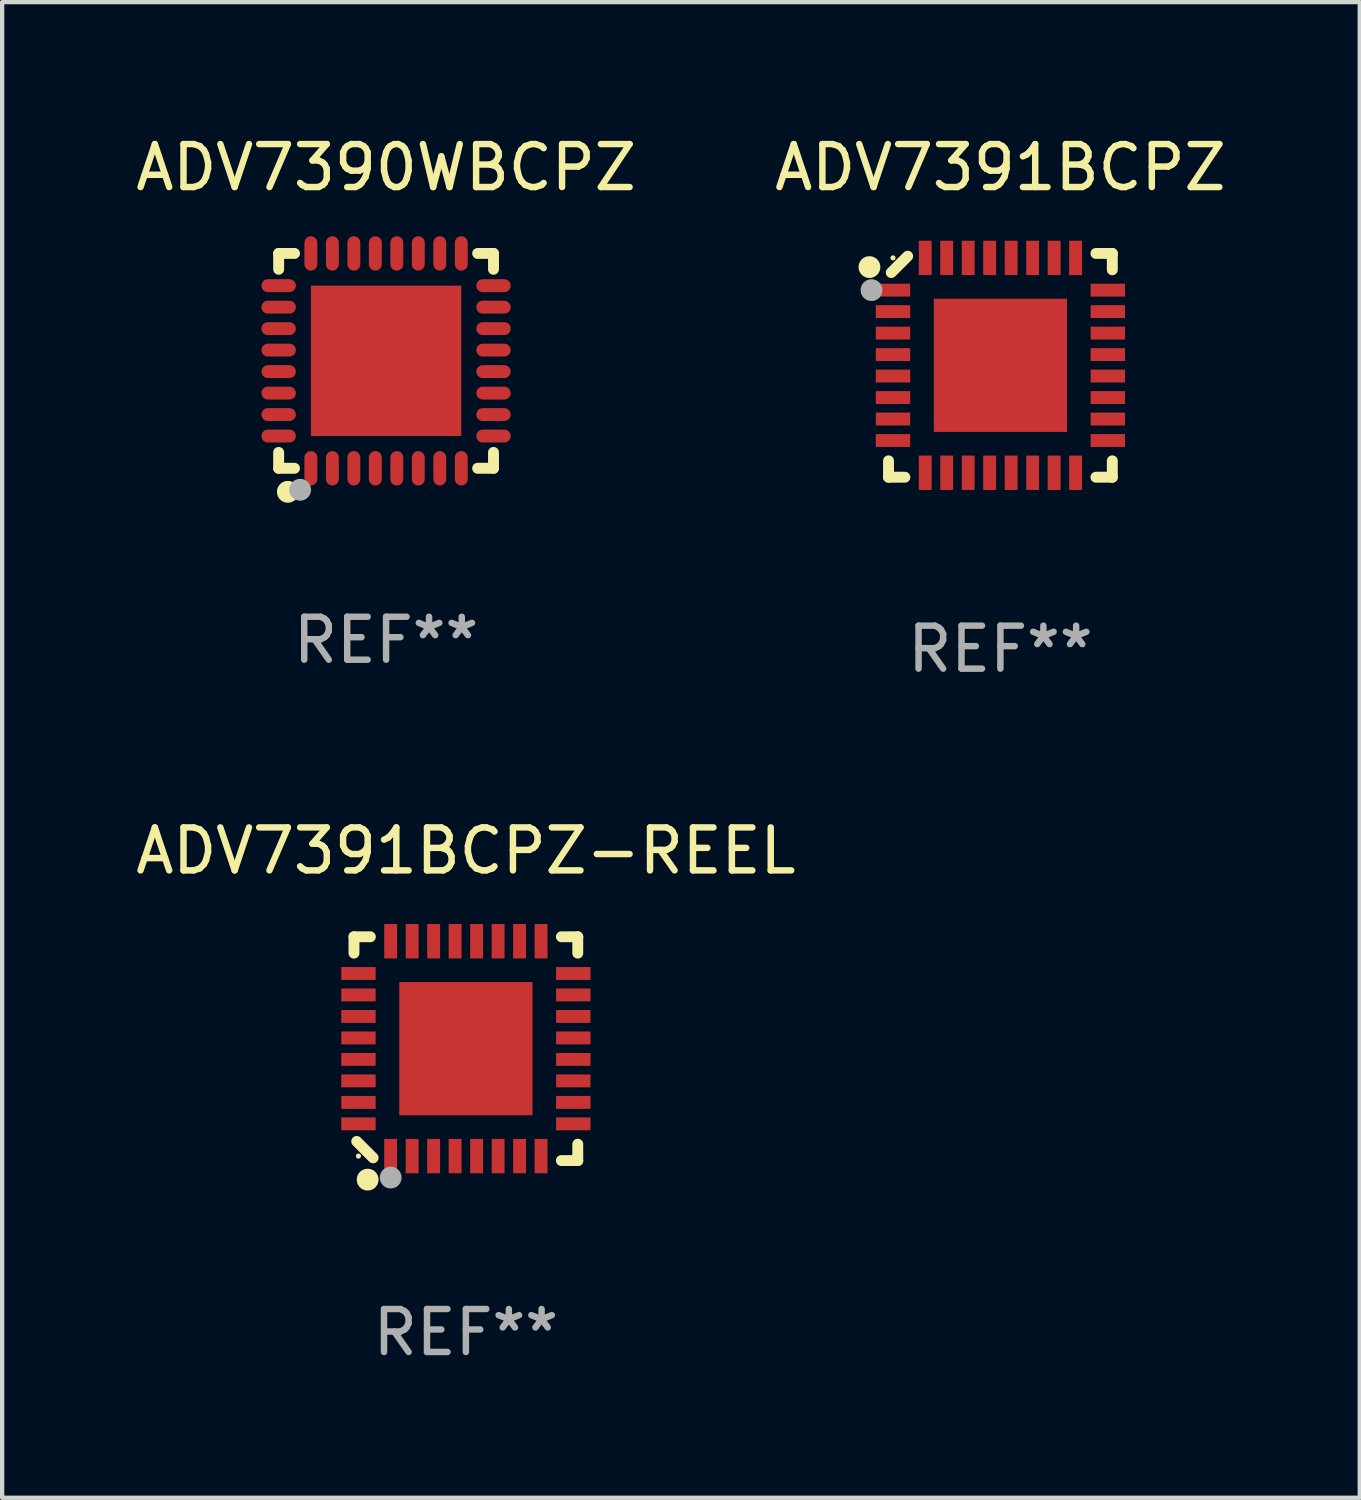
<source format=kicad_pcb>
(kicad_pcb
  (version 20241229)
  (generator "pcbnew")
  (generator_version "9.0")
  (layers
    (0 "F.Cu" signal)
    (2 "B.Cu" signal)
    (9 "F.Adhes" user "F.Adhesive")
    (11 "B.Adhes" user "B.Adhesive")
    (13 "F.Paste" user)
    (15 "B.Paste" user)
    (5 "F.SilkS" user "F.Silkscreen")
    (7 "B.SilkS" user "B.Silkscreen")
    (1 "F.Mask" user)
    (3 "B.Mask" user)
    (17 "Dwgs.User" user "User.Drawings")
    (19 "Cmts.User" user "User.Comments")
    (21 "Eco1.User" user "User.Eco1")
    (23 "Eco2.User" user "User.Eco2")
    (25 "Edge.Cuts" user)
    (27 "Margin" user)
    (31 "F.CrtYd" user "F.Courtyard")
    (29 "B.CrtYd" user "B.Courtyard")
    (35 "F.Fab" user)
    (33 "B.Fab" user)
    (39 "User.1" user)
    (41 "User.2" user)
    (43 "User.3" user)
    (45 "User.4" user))
  (footprint "ADV7391BCPZ-REEL"
    (layer "F.Cu")
    (at 7.792 21.355)
    (property "Reference" "ADV7391BCPZ-REEL" (at 0 -4.604 0) (layer "F.SilkS") (effects (font (size 1 1) (thickness 0.15))))
    (attr through_hole)
    (fp_line (start -2.604 -2.604) (end -2.604 -2.223) (stroke (width 0.254) (type solid)) (layer "F.SilkS"))
    (fp_line (start -2.54 2.159) (end -2.159 2.54) (stroke (width 0.254) (type solid)) (layer "F.SilkS"))
    (fp_line (start -2.223 -2.604) (end -2.604 -2.604) (stroke (width 0.254) (type solid)) (layer "F.SilkS"))
    (fp_line (start 2.223 2.604) (end 2.604 2.604) (stroke (width 0.254) (type solid)) (layer "F.SilkS"))
    (fp_line (start 2.604 -2.604) (end 2.223 -2.604) (stroke (width 0.254) (type solid)) (layer "F.SilkS"))
    (fp_line (start 2.604 -2.223) (end 2.604 -2.604) (stroke (width 0.254) (type solid)) (layer "F.SilkS"))
    (fp_line (start 2.604 2.604) (end 2.604 2.223) (stroke (width 0.254) (type solid)) (layer "F.SilkS"))
    (fp_circle (center -2.5 2.5) (end -2.47 2.5) (stroke (width 0.06) (type solid)) (fill no) (layer "F.SilkS"))
    (fp_circle (center -2.286 3.048) (end -2.159 3.048) (stroke (width 0.254) (type solid)) (fill no) (layer "F.SilkS"))
    (fp_circle (center -1.75 3) (end -1.623 3) (stroke (width 0.254) (type solid)) (fill no) (layer "F.Fab"))
    (fp_text user "REF**" (at 0 6.604 0) (layer "F.Fab") (effects (font (size 1 1) (thickness 0.15))))
    (pad "1" smd rect (at -1.75 2.5) (size 0.3 0.8) (layers "F.Cu" "F.Mask" "F.Paste"))
    (pad "2" smd rect (at -1.25 2.5) (size 0.3 0.8) (layers "F.Cu" "F.Mask" "F.Paste"))
    (pad "3" smd rect (at -0.75 2.5) (size 0.3 0.8) (layers "F.Cu" "F.Mask" "F.Paste"))
    (pad "4" smd rect (at -0.25 2.5) (size 0.3 0.8) (layers "F.Cu" "F.Mask" "F.Paste"))
    (pad "5" smd rect (at 0.25 2.5) (size 0.3 0.8) (layers "F.Cu" "F.Mask" "F.Paste"))
    (pad "6" smd rect (at 0.75 2.5) (size 0.3 0.8) (layers "F.Cu" "F.Mask" "F.Paste"))
    (pad "7" smd rect (at 1.25 2.5) (size 0.3 0.8) (layers "F.Cu" "F.Mask" "F.Paste"))
    (pad "8" smd rect (at 1.75 2.5) (size 0.3 0.8) (layers "F.Cu" "F.Mask" "F.Paste"))
    (pad "9" smd rect (at 2.5 1.75) (size 0.8 0.3) (layers "F.Cu" "F.Mask" "F.Paste"))
    (pad "10" smd rect (at 2.5 1.25) (size 0.8 0.3) (layers "F.Cu" "F.Mask" "F.Paste"))
    (pad "11" smd rect (at 2.5 0.75) (size 0.8 0.3) (layers "F.Cu" "F.Mask" "F.Paste"))
    (pad "12" smd rect (at 2.5 0.25) (size 0.8 0.3) (layers "F.Cu" "F.Mask" "F.Paste"))
    (pad "13" smd rect (at 2.5 -0.25) (size 0.8 0.3) (layers "F.Cu" "F.Mask" "F.Paste"))
    (pad "14" smd rect (at 2.5 -0.75) (size 0.8 0.3) (layers "F.Cu" "F.Mask" "F.Paste"))
    (pad "15" smd rect (at 2.5 -1.25) (size 0.8 0.3) (layers "F.Cu" "F.Mask" "F.Paste"))
    (pad "16" smd rect (at 2.5 -1.75) (size 0.8 0.3) (layers "F.Cu" "F.Mask" "F.Paste"))
    (pad "17" smd rect (at 1.75 -2.5) (size 0.3 0.8) (layers "F.Cu" "F.Mask" "F.Paste"))
    (pad "18" smd rect (at 1.25 -2.5) (size 0.3 0.8) (layers "F.Cu" "F.Mask" "F.Paste"))
    (pad "19" smd rect (at 0.75 -2.5) (size 0.3 0.8) (layers "F.Cu" "F.Mask" "F.Paste"))
    (pad "20" smd rect (at 0.25 -2.5) (size 0.3 0.8) (layers "F.Cu" "F.Mask" "F.Paste"))
    (pad "21" smd rect (at -0.25 -2.5) (size 0.3 0.8) (layers "F.Cu" "F.Mask" "F.Paste"))
    (pad "22" smd rect (at -0.75 -2.5) (size 0.3 0.8) (layers "F.Cu" "F.Mask" "F.Paste"))
    (pad "23" smd rect (at -1.25 -2.5) (size 0.3 0.8) (layers "F.Cu" "F.Mask" "F.Paste"))
    (pad "24" smd rect (at -1.75 -2.5) (size 0.3 0.8) (layers "F.Cu" "F.Mask" "F.Paste"))
    (pad "25" smd rect (at -2.5 -1.75) (size 0.8 0.3) (layers "F.Cu" "F.Mask" "F.Paste"))
    (pad "26" smd rect (at -2.5 -1.25) (size 0.8 0.3) (layers "F.Cu" "F.Mask" "F.Paste"))
    (pad "27" smd rect (at -2.5 -0.75) (size 0.8 0.3) (layers "F.Cu" "F.Mask" "F.Paste"))
    (pad "28" smd rect (at -2.5 -0.25) (size 0.8 0.3) (layers "F.Cu" "F.Mask" "F.Paste"))
    (pad "29" smd rect (at -2.5 0.25) (size 0.8 0.3) (layers "F.Cu" "F.Mask" "F.Paste"))
    (pad "30" smd rect (at -2.5 0.75) (size 0.8 0.3) (layers "F.Cu" "F.Mask" "F.Paste"))
    (pad "31" smd rect (at -2.5 1.25) (size 0.8 0.3) (layers "F.Cu" "F.Mask" "F.Paste"))
    (pad "32" smd rect (at -2.5 1.75) (size 0.8 0.3) (layers "F.Cu" "F.Mask" "F.Paste"))
    (pad "33" smd rect (at 0 -0.000025) (size 3.1 3.1) (layers "F.Cu" "F.Mask" "F.Paste")))
  (footprint "ADV7391BCPZ"
    (layer "F.Cu")
    (at 20.232 5.452)
    (property "Reference" "ADV7391BCPZ" (at 0 -4.604 0) (layer "F.SilkS") (effects (font (size 1 1) (thickness 0.15))))
    (attr through_hole)
    (fp_line (start -2.604 2.223) (end -2.604 2.604) (stroke (width 0.254) (type solid)) (layer "F.SilkS"))
    (fp_line (start -2.604 2.604) (end -2.223 2.604) (stroke (width 0.254) (type solid)) (layer "F.SilkS"))
    (fp_line (start -2.159 -2.54) (end -2.54 -2.159) (stroke (width 0.254) (type solid)) (layer "F.SilkS"))
    (fp_line (start 2.223 2.604) (end 2.604 2.604) (stroke (width 0.254) (type solid)) (layer "F.SilkS"))
    (fp_line (start 2.604 -2.604) (end 2.223 -2.604) (stroke (width 0.254) (type solid)) (layer "F.SilkS"))
    (fp_line (start 2.604 -2.223) (end 2.604 -2.604) (stroke (width 0.254) (type solid)) (layer "F.SilkS"))
    (fp_line (start 2.604 2.604) (end 2.604 2.223) (stroke (width 0.254) (type solid)) (layer "F.SilkS"))
    (fp_circle (center -3.048 -2.286) (end -2.921 -2.286) (stroke (width 0.254) (type solid)) (fill no) (layer "F.SilkS"))
    (fp_circle (center -2.5 -2.5) (end -2.47 -2.5) (stroke (width 0.06) (type solid)) (fill no) (layer "F.SilkS"))
    (fp_circle (center -3 -1.75) (end -2.873 -1.75) (stroke (width 0.254) (type solid)) (fill no) (layer "F.Fab"))
    (fp_text user "REF**" (at 0 6.604 0) (layer "F.Fab") (effects (font (size 1 1) (thickness 0.15))))
    (pad "1" smd rect (at -2.5 -1.75 270) (size 0.3 0.8) (layers "F.Cu" "F.Mask" "F.Paste"))
    (pad "2" smd rect (at -2.5 -1.25 270) (size 0.3 0.8) (layers "F.Cu" "F.Mask" "F.Paste"))
    (pad "3" smd rect (at -2.5 -0.75 270) (size 0.3 0.8) (layers "F.Cu" "F.Mask" "F.Paste"))
    (pad "4" smd rect (at -2.5 -0.25 270) (size 0.3 0.8) (layers "F.Cu" "F.Mask" "F.Paste"))
    (pad "5" smd rect (at -2.5 0.25 270) (size 0.3 0.8) (layers "F.Cu" "F.Mask" "F.Paste"))
    (pad "6" smd rect (at -2.5 0.75 270) (size 0.3 0.8) (layers "F.Cu" "F.Mask" "F.Paste"))
    (pad "7" smd rect (at -2.5 1.25 270) (size 0.3 0.8) (layers "F.Cu" "F.Mask" "F.Paste"))
    (pad "8" smd rect (at -2.5 1.75 270) (size 0.3 0.8) (layers "F.Cu" "F.Mask" "F.Paste"))
    (pad "9" smd rect (at -1.75 2.5 270) (size 0.8 0.3) (layers "F.Cu" "F.Mask" "F.Paste"))
    (pad "10" smd rect (at -1.25 2.5 270) (size 0.8 0.3) (layers "F.Cu" "F.Mask" "F.Paste"))
    (pad "11" smd rect (at -0.75 2.5 270) (size 0.8 0.3) (layers "F.Cu" "F.Mask" "F.Paste"))
    (pad "12" smd rect (at -0.25 2.5 270) (size 0.8 0.3) (layers "F.Cu" "F.Mask" "F.Paste"))
    (pad "13" smd rect (at 0.25 2.5 270) (size 0.8 0.3) (layers "F.Cu" "F.Mask" "F.Paste"))
    (pad "14" smd rect (at 0.75 2.5 270) (size 0.8 0.3) (layers "F.Cu" "F.Mask" "F.Paste"))
    (pad "15" smd rect (at 1.25 2.5 270) (size 0.8 0.3) (layers "F.Cu" "F.Mask" "F.Paste"))
    (pad "16" smd rect (at 1.75 2.5 270) (size 0.8 0.3) (layers "F.Cu" "F.Mask" "F.Paste"))
    (pad "17" smd rect (at 2.5 1.75 270) (size 0.3 0.8) (layers "F.Cu" "F.Mask" "F.Paste"))
    (pad "18" smd rect (at 2.5 1.25 270) (size 0.3 0.8) (layers "F.Cu" "F.Mask" "F.Paste"))
    (pad "19" smd rect (at 2.5 0.75 270) (size 0.3 0.8) (layers "F.Cu" "F.Mask" "F.Paste"))
    (pad "20" smd rect (at 2.5 0.25 270) (size 0.3 0.8) (layers "F.Cu" "F.Mask" "F.Paste"))
    (pad "21" smd rect (at 2.5 -0.25 270) (size 0.3 0.8) (layers "F.Cu" "F.Mask" "F.Paste"))
    (pad "22" smd rect (at 2.5 -0.75 270) (size 0.3 0.8) (layers "F.Cu" "F.Mask" "F.Paste"))
    (pad "23" smd rect (at 2.5 -1.25 270) (size 0.3 0.8) (layers "F.Cu" "F.Mask" "F.Paste"))
    (pad "24" smd rect (at 2.5 -1.75 270) (size 0.3 0.8) (layers "F.Cu" "F.Mask" "F.Paste"))
    (pad "25" smd rect (at 1.75 -2.5 270) (size 0.8 0.3) (layers "F.Cu" "F.Mask" "F.Paste"))
    (pad "26" smd rect (at 1.25 -2.5 270) (size 0.8 0.3) (layers "F.Cu" "F.Mask" "F.Paste"))
    (pad "27" smd rect (at 0.75 -2.5 270) (size 0.8 0.3) (layers "F.Cu" "F.Mask" "F.Paste"))
    (pad "28" smd rect (at 0.25 -2.5 270) (size 0.8 0.3) (layers "F.Cu" "F.Mask" "F.Paste"))
    (pad "29" smd rect (at -0.25 -2.5 270) (size 0.8 0.3) (layers "F.Cu" "F.Mask" "F.Paste"))
    (pad "30" smd rect (at -0.75 -2.5 270) (size 0.8 0.3) (layers "F.Cu" "F.Mask" "F.Paste"))
    (pad "31" smd rect (at -1.25 -2.5 270) (size 0.8 0.3) (layers "F.Cu" "F.Mask" "F.Paste"))
    (pad "32" smd rect (at -1.75 -2.5 270) (size 0.8 0.3) (layers "F.Cu" "F.Mask" "F.Paste"))
    (pad "33" smd rect (at 0.000025 0 270) (size 3.1 3.1) (layers "F.Cu" "F.Mask" "F.Paste")))
  (footprint "ADV7390WBCPZ"
    (layer "F.Cu")
    (at 5.935 5.348)
    (property "Reference" "ADV7390WBCPZ" (at 0 -4.5 0) (layer "F.SilkS") (effects (font (size 1 1) (thickness 0.15))))
    (attr through_hole)
    (fp_line (start -2.5 -2.5) (end -2.131 -2.5) (stroke (width 0.254) (type solid)) (layer "F.SilkS"))
    (fp_line (start -2.5 -2.131) (end -2.5 -2.5) (stroke (width 0.254) (type solid)) (layer "F.SilkS"))
    (fp_line (start -2.5 2.5) (end -2.5 2.131) (stroke (width 0.254) (type solid)) (layer "F.SilkS"))
    (fp_line (start -2.131 2.5) (end -2.5 2.5) (stroke (width 0.254) (type solid)) (layer "F.SilkS"))
    (fp_line (start 2.131 -2.5) (end 2.5 -2.5) (stroke (width 0.254) (type solid)) (layer "F.SilkS"))
    (fp_line (start 2.5 -2.5) (end 2.5 -2.131) (stroke (width 0.254) (type solid)) (layer "F.SilkS"))
    (fp_line (start 2.5 2.131) (end 2.5 2.5) (stroke (width 0.254) (type solid)) (layer "F.SilkS"))
    (fp_line (start 2.5 2.5) (end 2.131 2.5) (stroke (width 0.254) (type solid)) (layer "F.SilkS"))
    (fp_circle (center -2.5 2.5) (end -2.47 2.5) (stroke (width 0.06) (type solid)) (fill no) (layer "F.SilkS"))
    (fp_circle (center -2.286 3.048) (end -2.159 3.048) (stroke (width 0.254) (type solid)) (fill no) (layer "F.SilkS"))
    (fp_circle (center -2 3) (end -1.873 3) (stroke (width 0.254) (type solid)) (fill no) (layer "F.Fab"))
    (fp_text user "REF**" (at 0 6.5 0) (layer "F.Fab") (effects (font (size 1 1) (thickness 0.15))))
    (pad "1" smd oval (at -1.75 2.5 90) (size 0.8 0.3) (layers "F.Cu" "F.Mask" "F.Paste"))
    (pad "2" smd oval (at -1.25 2.5 90) (size 0.8 0.3) (layers "F.Cu" "F.Mask" "F.Paste"))
    (pad "3" smd oval (at -0.75 2.5 90) (size 0.8 0.3) (layers "F.Cu" "F.Mask" "F.Paste"))
    (pad "4" smd oval (at -0.25 2.5 90) (size 0.8 0.3) (layers "F.Cu" "F.Mask" "F.Paste"))
    (pad "5" smd oval (at 0.25 2.5 90) (size 0.8 0.3) (layers "F.Cu" "F.Mask" "F.Paste"))
    (pad "6" smd oval (at 0.75 2.5 90) (size 0.8 0.3) (layers "F.Cu" "F.Mask" "F.Paste"))
    (pad "7" smd oval (at 1.25 2.5 90) (size 0.8 0.3) (layers "F.Cu" "F.Mask" "F.Paste"))
    (pad "8" smd oval (at 1.75 2.5 90) (size 0.8 0.3) (layers "F.Cu" "F.Mask" "F.Paste"))
    (pad "9" smd oval (at 2.5 1.75 180) (size 0.8 0.3) (layers "F.Cu" "F.Mask" "F.Paste"))
    (pad "10" smd oval (at 2.5 1.25 180) (size 0.8 0.3) (layers "F.Cu" "F.Mask" "F.Paste"))
    (pad "11" smd oval (at 2.5 0.75 180) (size 0.8 0.3) (layers "F.Cu" "F.Mask" "F.Paste"))
    (pad "12" smd oval (at 2.5 0.25 180) (size 0.8 0.3) (layers "F.Cu" "F.Mask" "F.Paste"))
    (pad "13" smd oval (at 2.5 -0.25 180) (size 0.8 0.3) (layers "F.Cu" "F.Mask" "F.Paste"))
    (pad "14" smd oval (at 2.5 -0.75 180) (size 0.8 0.3) (layers "F.Cu" "F.Mask" "F.Paste"))
    (pad "15" smd oval (at 2.5 -1.25 180) (size 0.8 0.3) (layers "F.Cu" "F.Mask" "F.Paste"))
    (pad "16" smd oval (at 2.5 -1.75 180) (size 0.8 0.3) (layers "F.Cu" "F.Mask" "F.Paste"))
    (pad "17" smd oval (at 1.75 -2.5 270) (size 0.8 0.3) (layers "F.Cu" "F.Mask" "F.Paste"))
    (pad "18" smd oval (at 1.25 -2.5 270) (size 0.8 0.3) (layers "F.Cu" "F.Mask" "F.Paste"))
    (pad "19" smd oval (at 0.75 -2.5 270) (size 0.8 0.3) (layers "F.Cu" "F.Mask" "F.Paste"))
    (pad "20" smd oval (at 0.25 -2.5 270) (size 0.8 0.3) (layers "F.Cu" "F.Mask" "F.Paste"))
    (pad "21" smd oval (at -0.25 -2.5 270) (size 0.8 0.3) (layers "F.Cu" "F.Mask" "F.Paste"))
    (pad "22" smd oval (at -0.75 -2.5 270) (size 0.8 0.3) (layers "F.Cu" "F.Mask" "F.Paste"))
    (pad "23" smd oval (at -1.25 -2.5 270) (size 0.8 0.3) (layers "F.Cu" "F.Mask" "F.Paste"))
    (pad "24" smd oval (at -1.75 -2.5 270) (size 0.8 0.3) (layers "F.Cu" "F.Mask" "F.Paste"))
    (pad "25" smd oval (at -2.5 -1.75) (size 0.8 0.3) (layers "F.Cu" "F.Mask" "F.Paste"))
    (pad "26" smd oval (at -2.5 -1.25) (size 0.8 0.3) (layers "F.Cu" "F.Mask" "F.Paste"))
    (pad "27" smd oval (at -2.5 -0.75) (size 0.8 0.3) (layers "F.Cu" "F.Mask" "F.Paste"))
    (pad "28" smd oval (at -2.5 -0.25) (size 0.8 0.3) (layers "F.Cu" "F.Mask" "F.Paste"))
    (pad "29" smd oval (at -2.5 0.25) (size 0.8 0.3) (layers "F.Cu" "F.Mask" "F.Paste"))
    (pad "30" smd oval (at -2.5 0.75) (size 0.8 0.3) (layers "F.Cu" "F.Mask" "F.Paste"))
    (pad "31" smd oval (at -2.5 1.25) (size 0.8 0.3) (layers "F.Cu" "F.Mask" "F.Paste"))
    (pad "32" smd oval (at -2.5 1.75) (size 0.8 0.3) (layers "F.Cu" "F.Mask" "F.Paste"))
    (pad "33" smd rect (at -0.000127 0.000127 90) (size 3.5 3.5) (layers "F.Cu" "F.Mask" "F.Paste")))
  (gr_rect
    (start -3 -3)
    (end 28.595 31.807)
    (stroke (width 0.1) (type default))
    (fill no)
    (layer "Edge.Cuts")))
</source>
